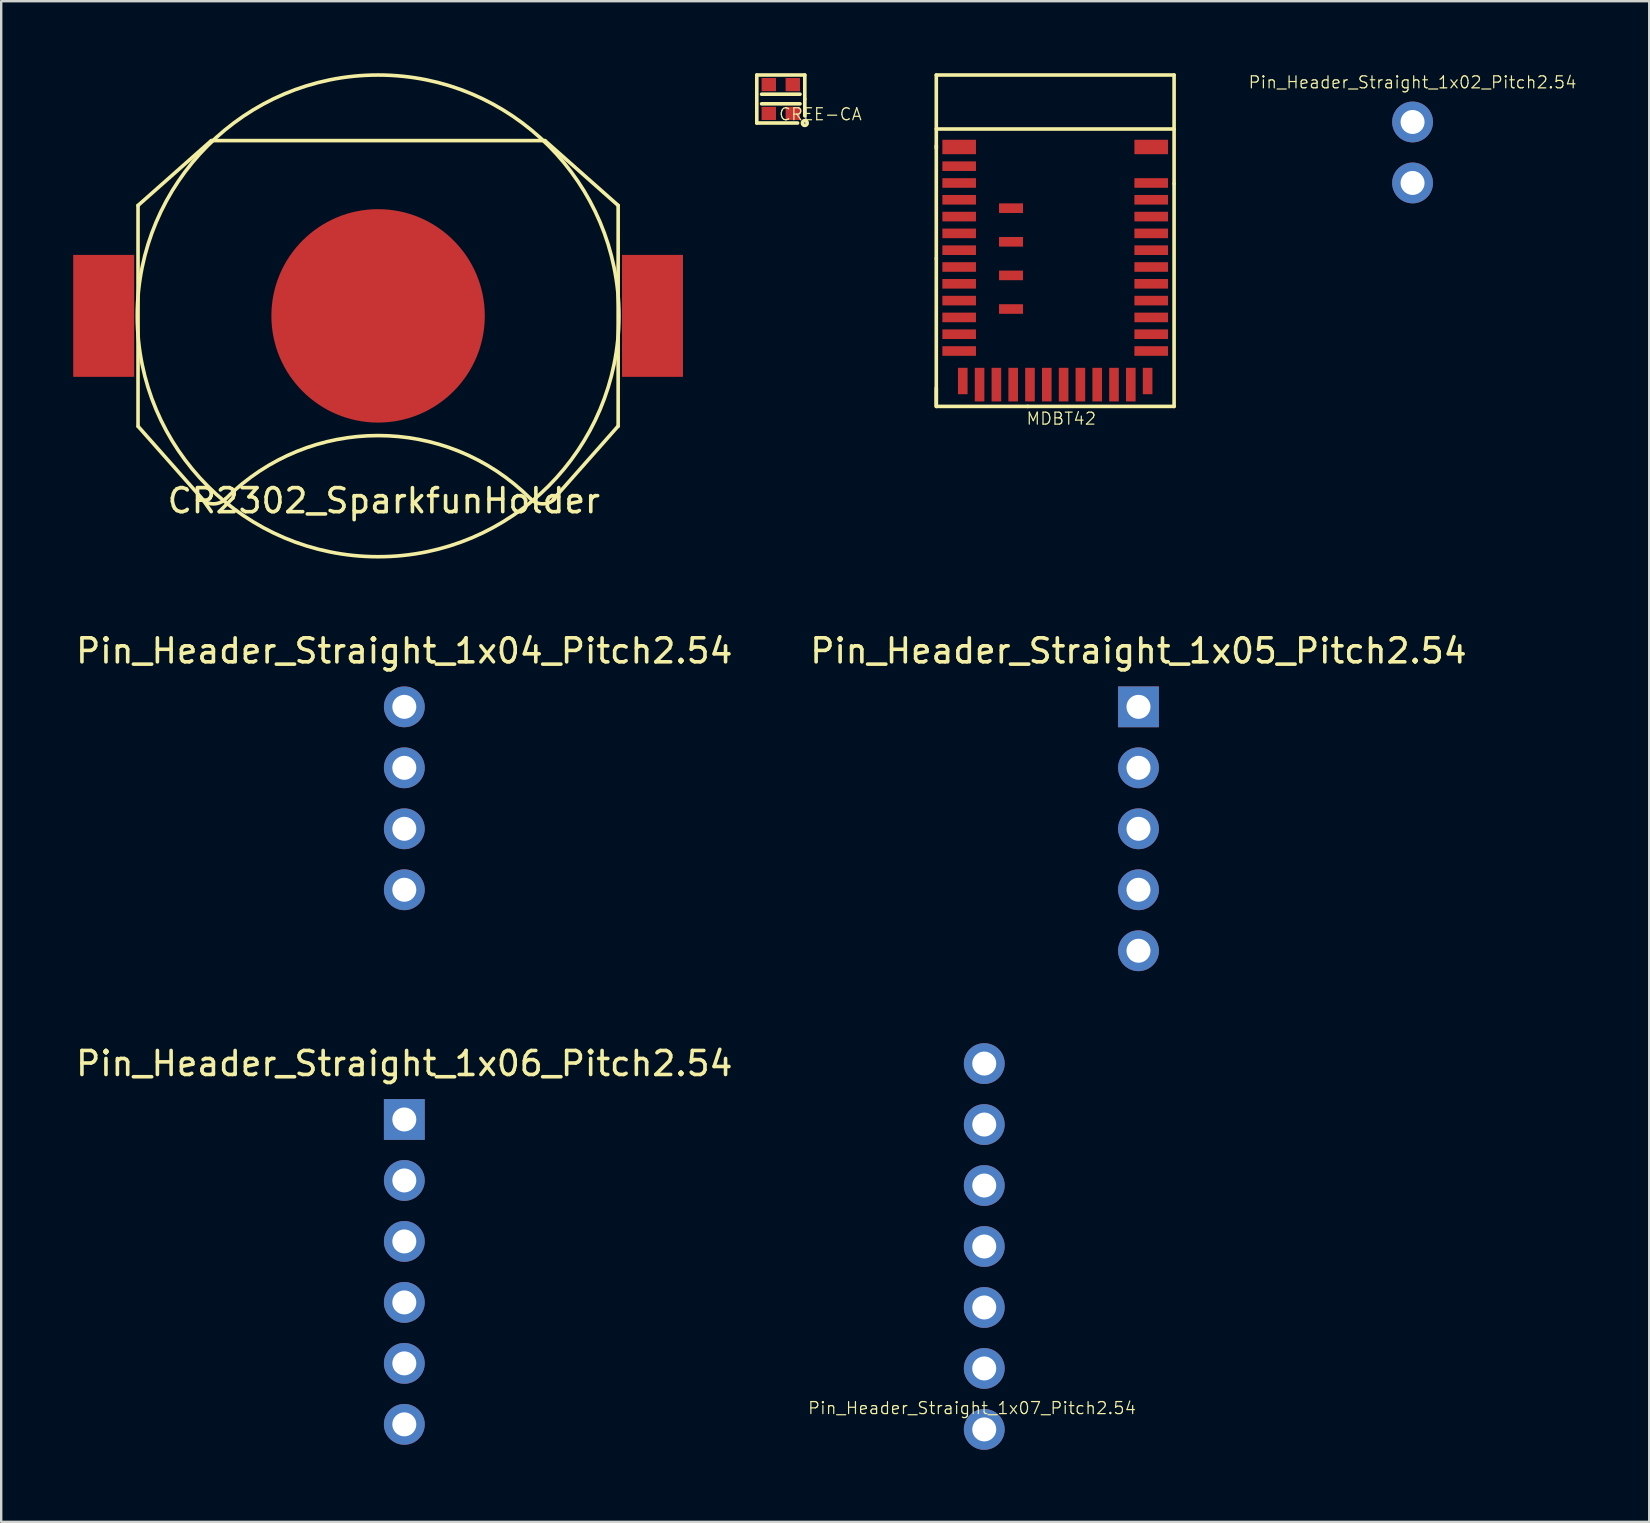
<source format=kicad_pcb>
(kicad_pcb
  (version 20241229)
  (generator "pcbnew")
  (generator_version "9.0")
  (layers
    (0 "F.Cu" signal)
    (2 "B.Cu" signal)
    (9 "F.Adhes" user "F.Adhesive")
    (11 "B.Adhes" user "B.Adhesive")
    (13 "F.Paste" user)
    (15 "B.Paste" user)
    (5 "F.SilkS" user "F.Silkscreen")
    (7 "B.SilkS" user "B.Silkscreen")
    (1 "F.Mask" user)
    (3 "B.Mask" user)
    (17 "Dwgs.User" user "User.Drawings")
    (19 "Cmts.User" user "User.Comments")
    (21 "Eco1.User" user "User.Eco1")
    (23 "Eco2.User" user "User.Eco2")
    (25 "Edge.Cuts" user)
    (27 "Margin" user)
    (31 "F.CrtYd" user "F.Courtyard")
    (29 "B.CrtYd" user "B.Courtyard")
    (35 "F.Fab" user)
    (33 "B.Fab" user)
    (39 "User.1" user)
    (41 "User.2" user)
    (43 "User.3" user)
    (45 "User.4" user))
  (footprint "Pin_Header_Straight_1x05_Pitch2.54"
    (layer "F.Cu")
    (at 44.375 26.394)
    (property "Reference" "Pin_Header_Straight_1x05_Pitch2.54" (at 0 -2.33 0) (layer "F.SilkS") (effects (font (size 1 1) (thickness 0.15))))
    (attr through_hole)
    (pad "1" thru_hole rect (at 0 0) (size 1.7 1.7) (drill 1) (layers "*.Cu" "*.Mask"))
    (pad "2" thru_hole oval (at 0 2.54) (size 1.7 1.7) (drill 1) (layers "*.Cu" "*.Mask"))
    (pad "3" thru_hole oval (at 0 5.08) (size 1.7 1.7) (drill 1) (layers "*.Cu" "*.Mask"))
    (pad "4" thru_hole oval (at 0 7.62) (size 1.7 1.7) (drill 1) (layers "*.Cu" "*.Mask"))
    (pad "5" thru_hole oval (at 0 10.16) (size 1.7 1.7) (drill 1) (layers "*.Cu" "*.Mask")))
  (footprint "Pin_Header_Straight_1x07_Pitch2.54"
    (layer "F.Cu")
    (at 37.95 41.254)
    (property "Reference" "Pin_Header_Straight_1x07_Pitch2.54" (at -0.508 14.351 0) (layer "F.SilkS") (effects (font (size 0.5 0.5) (thickness 0.05))))
    (attr through_hole)
    (pad "1" thru_hole circle (at 0 0) (size 1.7 1.7) (drill 1) (layers "*.Cu" "*.Mask"))
    (pad "2" thru_hole oval (at 0 2.54) (size 1.7 1.7) (drill 1) (layers "*.Cu" "*.Mask"))
    (pad "3" thru_hole oval (at 0 5.08) (size 1.7 1.7) (drill 1) (layers "*.Cu" "*.Mask"))
    (pad "4" thru_hole oval (at 0 7.62) (size 1.7 1.7) (drill 1) (layers "*.Cu" "*.Mask"))
    (pad "5" thru_hole oval (at 0 10.16) (size 1.7 1.7) (drill 1) (layers "*.Cu" "*.Mask"))
    (pad "6" thru_hole oval (at 0 12.7) (size 1.7 1.7) (drill 1) (layers "*.Cu" "*.Mask"))
    (pad "7" thru_hole oval (at 0 15.24) (size 1.7 1.7) (drill 1) (layers "*.Cu" "*.Mask")))
  (footprint "CR2302_SparkfunHolder"
    (layer "F.Cu")
    (at 12.7 10.108)
    (property "Reference" "CR2302_SparkfunHolder" (at 0.24 7.7 0) (layer "F.SilkS") (effects (font (size 1 1) (thickness 0.15))))
    (attr through_hole)
    (fp_line (start -10 -4.6) (end -6.95 -7.3) (stroke (width 0.15) (type solid)) (layer "F.SilkS"))
    (fp_line (start -10 4.6) (end -10 -4.6) (stroke (width 0.15) (type solid)) (layer "F.SilkS"))
    (fp_line (start -7.295 7.655) (end -9.995 4.605) (stroke (width 0.15) (type solid)) (layer "F.SilkS"))
    (fp_line (start -6.94 -7.3) (end 6.95 -7.3) (stroke (width 0.15) (type solid)) (layer "F.SilkS"))
    (fp_line (start 9.995 4.595) (end 7.295 7.645) (stroke (width 0.15) (type solid)) (layer "F.SilkS"))
    (fp_line (start 10 -4.6) (end 6.95 -7.3) (stroke (width 0.15) (type solid)) (layer "F.SilkS"))
    (fp_line (start 10 4.6) (end 10 -4.6) (stroke (width 0.15) (type solid)) (layer "F.SilkS"))
    (fp_arc (start -6.35 7.62) (mid -6.858 7.83042) (end -7.366 7.62) (stroke (width 0.15) (type solid)) (layer "F.SilkS"))
    (fp_arc (start -6.35 7.62) (mid -0.009192 4.985936) (end 6.337 7.607) (stroke (width 0.15) (type solid)) (layer "F.SilkS"))
    (fp_arc (start 7.366 7.62) (mid 6.858 7.83042) (end 6.35 7.62) (stroke (width 0.15) (type solid)) (layer "F.SilkS"))
    (fp_circle (center 0 0) (end 10.033 0) (stroke (width 0.15) (type solid)) (fill no) (layer "F.SilkS"))
    (pad "1" smd rect (at -11.43 0) (size 2.54 5.08) (layers "F.Cu" "F.Mask" "F.Paste"))
    (pad "1" smd rect (at 11.43 0) (size 2.54 5.08) (layers "F.Cu" "F.Mask" "F.Paste"))
    (pad "2" smd circle (at 0 0) (size 8.89 8.89) (layers "F.Cu" "F.Mask" "F.Paste")))
  (footprint "CREE-CA"
    (layer "F.Cu")
    (at 29.475 1.075)
    (property "Reference" "CREE-CA" (at 1.651 0.635 0) (layer "F.SilkS") (effects (font (size 0.5 0.5) (thickness 0.05))))
    (attr through_hole)
    (fp_line (start -1 -1) (end -1 1) (stroke (width 0.15) (type solid)) (layer "F.SilkS"))
    (fp_line (start -1 1) (end 0.7 1) (stroke (width 0.15) (type solid)) (layer "F.SilkS"))
    (fp_line (start -0.8 -0.2) (end 0.8 -0.2) (stroke (width 0.15) (type solid)) (layer "F.SilkS"))
    (fp_line (start -0.8 0.2) (end 0.8 0.2) (stroke (width 0.15) (type solid)) (layer "F.SilkS"))
    (fp_line (start 1 -1) (end -1 -1) (stroke (width 0.15) (type solid)) (layer "F.SilkS"))
    (fp_line (start 1 0) (end 1 -1) (stroke (width 0.15) (type solid)) (layer "F.SilkS"))
    (fp_line (start 1 0) (end 1 0.7) (stroke (width 0.15) (type solid)) (layer "F.SilkS"))
    (fp_circle (center 1 1) (end 1.1 1) (stroke (width 0.15) (type solid)) (fill no) (layer "F.SilkS"))
    (pad "1" smd rect (at 0.5 0.6) (size 0.6 0.55) (layers "F.Cu" "F.Mask" "F.Paste"))
    (pad "2" smd rect (at -0.5 0.6) (size 0.6 0.55) (layers "F.Cu" "F.Mask" "F.Paste"))
    (pad "3" smd rect (at -0.5 -0.6) (size 0.6 0.55) (layers "F.Cu" "F.Mask" "F.Paste"))
    (pad "4" smd rect (at 0.5 -0.6) (size 0.6 0.55) (layers "F.Cu" "F.Mask" "F.Paste")))
  (footprint "MDBT42"
    (layer "F.Cu")
    (at 40.905 13.372)
    (property "Reference" "MDBT42" (at 0.254 1.016 0) (layer "F.SilkS") (effects (font (size 0.5 0.5) (thickness 0.05))))
    (attr through_hole)
    (fp_line (start -4.953 -11.049) (end 4.953 -11.049) (stroke (width 0.15) (type solid)) (layer "F.SilkS"))
    (fp_line (start -4.953 -10.349) (end -4.953 -5.65) (stroke (width 0.15) (type solid)) (layer "F.SilkS"))
    (fp_line (start -4.953 -10.249) (end -4.953 -13.297) (stroke (width 0.15) (type solid)) (layer "F.SilkS"))
    (fp_line (start -4.953 -5.65) (end -4.953 0.446) (stroke (width 0.15) (type solid)) (layer "F.SilkS"))
    (fp_line (start -4.953 -0.254) (end -4.953 0.508) (stroke (width 0.15) (type solid)) (layer "F.SilkS"))
    (fp_line (start -4.953 0.508) (end -1.143 0.508) (stroke (width 0.15) (type solid)) (layer "F.SilkS"))
    (fp_line (start 4.953 -13.297) (end -4.953 -13.297) (stroke (width 0.15) (type solid)) (layer "F.SilkS"))
    (fp_line (start 4.953 -13.297) (end 4.953 -8.776) (stroke (width 0.15) (type solid)) (layer "F.SilkS"))
    (fp_line (start 4.953 -8.763) (end 4.953 0.508) (stroke (width 0.15) (type solid)) (layer "F.SilkS"))
    (fp_line (start 4.953 0.508) (end -1.143 0.508) (stroke (width 0.15) (type solid)) (layer "F.SilkS"))
    (pad "1" smd rect (at -4 -10.3) (size 1.4 0.6) (layers "F.Cu" "F.Mask" "F.Paste"))
    (pad "2" smd rect (at -4 -9.5) (size 1.4 0.4) (layers "F.Cu" "F.Mask" "F.Paste"))
    (pad "3" smd rect (at -4 -8.8) (size 1.4 0.4) (layers "F.Cu" "F.Mask" "F.Paste"))
    (pad "4" smd rect (at -4 -8.1) (size 1.4 0.4) (layers "F.Cu" "F.Mask" "F.Paste"))
    (pad "5" smd rect (at -4 -7.4) (size 1.4 0.4) (layers "F.Cu" "F.Mask" "F.Paste"))
    (pad "6" smd rect (at -4 -6.7) (size 1.4 0.4) (layers "F.Cu" "F.Mask" "F.Paste"))
    (pad "7" smd rect (at -4 -6) (size 1.4 0.4) (layers "F.Cu" "F.Mask" "F.Paste"))
    (pad "8" smd rect (at -4 -5.3) (size 1.4 0.4) (layers "F.Cu" "F.Mask" "F.Paste"))
    (pad "9" smd rect (at -4 -4.6) (size 1.4 0.4) (layers "F.Cu" "F.Mask" "F.Paste"))
    (pad "10" smd rect (at -4 -3.9) (size 1.4 0.4) (layers "F.Cu" "F.Mask" "F.Paste"))
    (pad "11" smd rect (at -4 -3.2) (size 1.4 0.4) (layers "F.Cu" "F.Mask" "F.Paste"))
    (pad "12" smd rect (at -4 -2.5) (size 1.4 0.4) (layers "F.Cu" "F.Mask" "F.Paste"))
    (pad "13" smd rect (at -4 -1.8) (size 1.4 0.4) (layers "F.Cu" "F.Mask" "F.Paste"))
    (pad "14" smd rect (at -3.85 -0.55) (size 0.4 1.1) (layers "F.Cu" "F.Mask" "F.Paste"))
    (pad "15" smd rect (at -3.15 -0.4) (size 0.4 1.4) (layers "F.Cu" "F.Mask" "F.Paste"))
    (pad "16" smd rect (at -2.45 -0.4) (size 0.4 1.4) (layers "F.Cu" "F.Mask" "F.Paste"))
    (pad "17" smd rect (at -1.75 -0.4) (size 0.4 1.4) (layers "F.Cu" "F.Mask" "F.Paste"))
    (pad "18" smd rect (at -1.05 -0.4) (size 0.4 1.4) (layers "F.Cu" "F.Mask" "F.Paste"))
    (pad "19" smd rect (at -0.35 -0.4) (size 0.4 1.4) (layers "F.Cu" "F.Mask" "F.Paste"))
    (pad "20" smd rect (at 0.35 -0.4) (size 0.4 1.4) (layers "F.Cu" "F.Mask" "F.Paste"))
    (pad "21" smd rect (at 1.05 -0.4) (size 0.4 1.4) (layers "F.Cu" "F.Mask" "F.Paste"))
    (pad "22" smd rect (at 1.75 -0.4) (size 0.4 1.4) (layers "F.Cu" "F.Mask" "F.Paste"))
    (pad "23" smd rect (at 2.45 -0.4) (size 0.4 1.4) (layers "F.Cu" "F.Mask" "F.Paste"))
    (pad "24" smd rect (at 3.15 -0.4) (size 0.4 1.4) (layers "F.Cu" "F.Mask" "F.Paste"))
    (pad "25" smd rect (at 3.85 -0.55) (size 0.4 1.1) (layers "F.Cu" "F.Mask" "F.Paste"))
    (pad "26" smd rect (at 4 -1.8) (size 1.4 0.4) (layers "F.Cu" "F.Mask" "F.Paste"))
    (pad "27" smd rect (at 4 -2.5) (size 1.4 0.4) (layers "F.Cu" "F.Mask" "F.Paste"))
    (pad "28" smd rect (at 4 -3.2) (size 1.4 0.4) (layers "F.Cu" "F.Mask" "F.Paste"))
    (pad "29" smd rect (at 4 -3.9) (size 1.4 0.4) (layers "F.Cu" "F.Mask" "F.Paste"))
    (pad "30" smd rect (at 4 -4.6) (size 1.4 0.4) (layers "F.Cu" "F.Mask" "F.Paste"))
    (pad "31" smd rect (at 4 -5.3) (size 1.4 0.4) (layers "F.Cu" "F.Mask" "F.Paste"))
    (pad "32" smd rect (at 4 -6) (size 1.4 0.4) (layers "F.Cu" "F.Mask" "F.Paste"))
    (pad "33" smd rect (at 4 -6.7) (size 1.4 0.4) (layers "F.Cu" "F.Mask" "F.Paste"))
    (pad "34" smd rect (at 4 -7.4) (size 1.4 0.4) (layers "F.Cu" "F.Mask" "F.Paste"))
    (pad "35" smd rect (at 4 -8.1) (size 1.4 0.4) (layers "F.Cu" "F.Mask" "F.Paste"))
    (pad "36" smd rect (at 4 -8.8) (size 1.4 0.4) (layers "F.Cu" "F.Mask" "F.Paste"))
    (pad "37" smd rect (at 4 -10.3) (size 1.4 0.6) (layers "F.Cu" "F.Mask" "F.Paste"))
    (pad "38" smd rect (at -1.84 -7.75) (size 1 0.4) (layers "F.Cu" "F.Mask" "F.Paste"))
    (pad "39" smd rect (at -1.84 -6.35) (size 1 0.4) (layers "F.Cu" "F.Mask" "F.Paste"))
    (pad "40" smd rect (at -1.84 -4.95) (size 1 0.4) (layers "F.Cu" "F.Mask" "F.Paste"))
    (pad "41" smd rect (at -1.84 -3.55) (size 1 0.4) (layers "F.Cu" "F.Mask" "F.Paste")))
  (footprint "Pin_Header_Straight_1x04_Pitch2.54"
    (layer "F.Cu")
    (at 13.792 26.394)
    (property "Reference" "Pin_Header_Straight_1x04_Pitch2.54" (at 0 -2.33 0) (layer "F.SilkS") (effects (font (size 1 1) (thickness 0.15))))
    (attr through_hole)
    (pad "1" thru_hole circle (at 0 0) (size 1.7 1.7) (drill 1) (layers "*.Cu" "*.Mask"))
    (pad "2" thru_hole oval (at 0 2.54) (size 1.7 1.7) (drill 1) (layers "*.Cu" "*.Mask"))
    (pad "3" thru_hole oval (at 0 5.08) (size 1.7 1.7) (drill 1) (layers "*.Cu" "*.Mask"))
    (pad "4" thru_hole oval (at 0 7.62) (size 1.7 1.7) (drill 1) (layers "*.Cu" "*.Mask")))
  (footprint "Pin_Header_Straight_1x02_Pitch2.54"
    (layer "F.Cu")
    (at 55.792 2.031)
    (property "Reference" "Pin_Header_Straight_1x02_Pitch2.54" (at 0 -1.651 0) (layer "F.SilkS") (effects (font (size 0.5 0.5) (thickness 0.05))))
    (attr through_hole)
    (pad "1" thru_hole circle (at 0 0) (size 1.7 1.7) (drill 1) (layers "*.Cu" "*.Mask"))
    (pad "2" thru_hole oval (at 0 2.54) (size 1.7 1.7) (drill 1) (layers "*.Cu" "*.Mask")))
  (footprint "Pin_Header_Straight_1x06_Pitch2.54"
    (layer "F.Cu")
    (at 13.792 43.583)
    (property "Reference" "Pin_Header_Straight_1x06_Pitch2.54" (at 0 -2.33 0) (layer "F.SilkS") (effects (font (size 1 1) (thickness 0.15))))
    (attr through_hole)
    (pad "1" thru_hole rect (at 0 0) (size 1.7 1.7) (drill 1) (layers "*.Cu" "*.Mask"))
    (pad "2" thru_hole oval (at 0 2.54) (size 1.7 1.7) (drill 1) (layers "*.Cu" "*.Mask"))
    (pad "3" thru_hole oval (at 0 5.08) (size 1.7 1.7) (drill 1) (layers "*.Cu" "*.Mask"))
    (pad "4" thru_hole oval (at 0 7.62) (size 1.7 1.7) (drill 1) (layers "*.Cu" "*.Mask"))
    (pad "5" thru_hole oval (at 0 10.16) (size 1.7 1.7) (drill 1) (layers "*.Cu" "*.Mask"))
    (pad "6" thru_hole oval (at 0 12.7) (size 1.7 1.7) (drill 1) (layers "*.Cu" "*.Mask")))
  (gr_rect
    (start -3 -3)
    (end 65.65 60.344)
    (stroke (width 0.1) (type default))
    (fill no)
    (layer "Edge.Cuts")))
</source>
